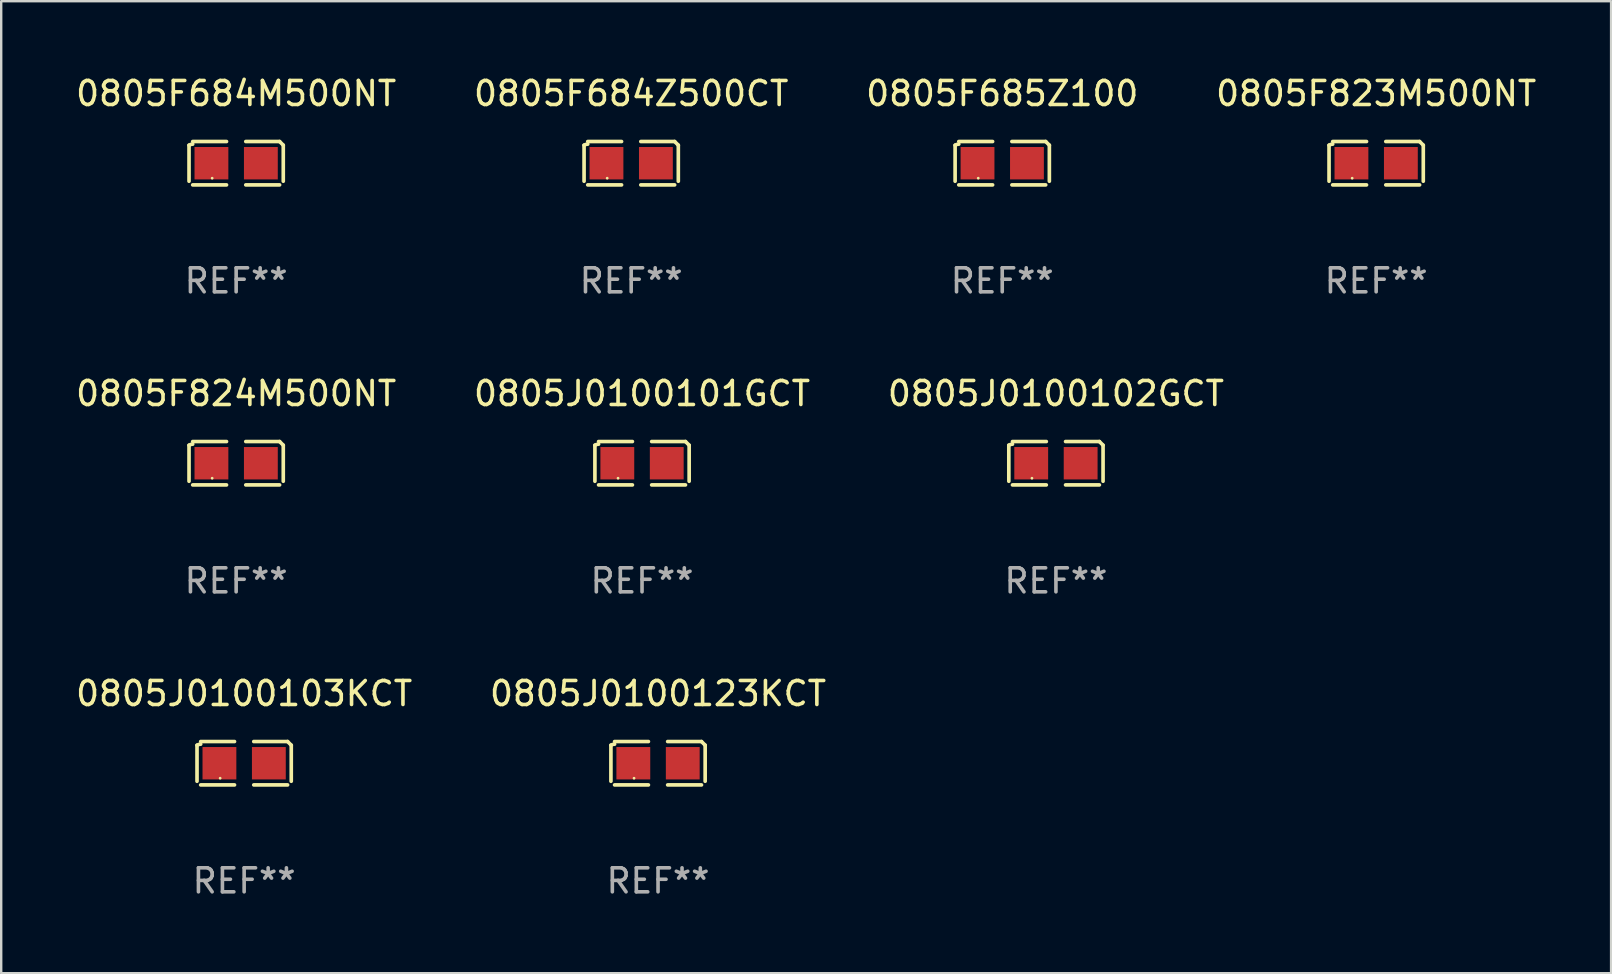
<source format=kicad_pcb>
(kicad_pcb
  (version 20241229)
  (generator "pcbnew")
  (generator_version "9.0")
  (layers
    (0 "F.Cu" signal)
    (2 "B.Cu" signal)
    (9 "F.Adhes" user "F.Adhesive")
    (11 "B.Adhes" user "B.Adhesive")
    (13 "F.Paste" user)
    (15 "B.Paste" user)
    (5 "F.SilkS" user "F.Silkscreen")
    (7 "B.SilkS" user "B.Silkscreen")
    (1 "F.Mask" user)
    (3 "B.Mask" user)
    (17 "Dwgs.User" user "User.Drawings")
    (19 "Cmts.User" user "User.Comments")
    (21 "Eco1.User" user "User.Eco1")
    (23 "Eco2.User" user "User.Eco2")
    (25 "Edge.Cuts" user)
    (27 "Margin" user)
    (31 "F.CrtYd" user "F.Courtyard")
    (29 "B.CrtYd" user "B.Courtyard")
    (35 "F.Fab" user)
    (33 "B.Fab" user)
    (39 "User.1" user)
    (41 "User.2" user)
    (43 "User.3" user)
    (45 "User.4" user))
  (footprint "0805J0100103KCT"
    (layer "F.Cu")
    (at 7.125 28.759)
    (property "Reference" "0805J0100103KCT" (at 0 -2.904 0) (layer "F.SilkS") (effects (font (size 1 1) (thickness 0.15))))
    (attr through_hole)
    (fp_line (start -1.964 0.751) (end -1.964 -0.751) (stroke (width 0.152) (type solid)) (layer "F.SilkS"))
    (fp_line (start -1.811 -0.904) (end -0.401 -0.904) (stroke (width 0.152) (type solid)) (layer "F.SilkS"))
    (fp_line (start -0.401 0.904) (end -1.811 0.904) (stroke (width 0.152) (type solid)) (layer "F.SilkS"))
    (fp_line (start 0.401 0.904) (end 1.811 0.904) (stroke (width 0.152) (type solid)) (layer "F.SilkS"))
    (fp_line (start 1.811 -0.904) (end 0.401 -0.904) (stroke (width 0.152) (type solid)) (layer "F.SilkS"))
    (fp_line (start 1.964 0.751) (end 1.964 -0.751) (stroke (width 0.152) (type solid)) (layer "F.SilkS"))
    (fp_arc (start -1.963602 -0.751207) (mid -1.890354 -0.783131) (end -1.811201 -0.794044) (stroke (width 0.1524) (type solid)) (layer "F.SilkS"))
    (fp_arc (start 1.811202 -0.903607) (mid 1.887413 -0.827418) (end 1.963602 -0.751207) (stroke (width 0.1524) (type solid)) (layer "F.SilkS"))
    (fp_circle (center -1 0.625) (end -0.97 0.625) (stroke (width 0.06) (type solid)) (fill no) (layer "F.SilkS"))
    (fp_text user "REF**" (at 0 4.904 0) (layer "F.Fab") (effects (font (size 1 1) (thickness 0.15))))
    (pad "1" smd rect (at -1.03 0) (size 1.41 1.35) (layers "F.Cu" "F.Mask" "F.Paste"))
    (pad "2" smd rect (at 1.03 0) (size 1.41 1.35) (layers "F.Cu" "F.Mask" "F.Paste")))
  (footprint "0805F684M500NT"
    (layer "F.Cu")
    (at 6.792 3.752)
    (property "Reference" "0805F684M500NT" (at 0 -2.904 0) (layer "F.SilkS") (effects (font (size 1 1) (thickness 0.15))))
    (attr through_hole)
    (fp_line (start -1.964 0.751) (end -1.964 -0.751) (stroke (width 0.152) (type solid)) (layer "F.SilkS"))
    (fp_line (start -1.811 -0.904) (end -0.401 -0.904) (stroke (width 0.152) (type solid)) (layer "F.SilkS"))
    (fp_line (start -0.401 0.904) (end -1.811 0.904) (stroke (width 0.152) (type solid)) (layer "F.SilkS"))
    (fp_line (start 0.401 0.904) (end 1.811 0.904) (stroke (width 0.152) (type solid)) (layer "F.SilkS"))
    (fp_line (start 1.811 -0.904) (end 0.401 -0.904) (stroke (width 0.152) (type solid)) (layer "F.SilkS"))
    (fp_line (start 1.964 0.751) (end 1.964 -0.751) (stroke (width 0.152) (type solid)) (layer "F.SilkS"))
    (fp_arc (start -1.963602 -0.751207) (mid -1.890354 -0.783131) (end -1.811201 -0.794044) (stroke (width 0.1524) (type solid)) (layer "F.SilkS"))
    (fp_arc (start 1.811202 -0.903607) (mid 1.887413 -0.827418) (end 1.963602 -0.751207) (stroke (width 0.1524) (type solid)) (layer "F.SilkS"))
    (fp_circle (center -1 0.625) (end -0.97 0.625) (stroke (width 0.06) (type solid)) (fill no) (layer "F.SilkS"))
    (fp_text user "REF**" (at 0 4.904 0) (layer "F.Fab") (effects (font (size 1 1) (thickness 0.15))))
    (pad "1" smd rect (at -1.03 0) (size 1.41 1.35) (layers "F.Cu" "F.Mask" "F.Paste"))
    (pad "2" smd rect (at 1.03 0) (size 1.41 1.35) (layers "F.Cu" "F.Mask" "F.Paste")))
  (footprint "0805J0100123KCT"
    (layer "F.Cu")
    (at 24.375 28.759)
    (property "Reference" "0805J0100123KCT" (at 0 -2.904 0) (layer "F.SilkS") (effects (font (size 1 1) (thickness 0.15))))
    (attr through_hole)
    (fp_line (start -1.964 0.751) (end -1.964 -0.751) (stroke (width 0.152) (type solid)) (layer "F.SilkS"))
    (fp_line (start -1.811 -0.904) (end -0.401 -0.904) (stroke (width 0.152) (type solid)) (layer "F.SilkS"))
    (fp_line (start -0.401 0.904) (end -1.811 0.904) (stroke (width 0.152) (type solid)) (layer "F.SilkS"))
    (fp_line (start 0.401 0.904) (end 1.811 0.904) (stroke (width 0.152) (type solid)) (layer "F.SilkS"))
    (fp_line (start 1.811 -0.904) (end 0.401 -0.904) (stroke (width 0.152) (type solid)) (layer "F.SilkS"))
    (fp_line (start 1.964 0.751) (end 1.964 -0.751) (stroke (width 0.152) (type solid)) (layer "F.SilkS"))
    (fp_arc (start -1.963602 -0.751207) (mid -1.890354 -0.783131) (end -1.811201 -0.794044) (stroke (width 0.1524) (type solid)) (layer "F.SilkS"))
    (fp_arc (start 1.811202 -0.903607) (mid 1.887413 -0.827418) (end 1.963602 -0.751207) (stroke (width 0.1524) (type solid)) (layer "F.SilkS"))
    (fp_circle (center -1 0.625) (end -0.97 0.625) (stroke (width 0.06) (type solid)) (fill no) (layer "F.SilkS"))
    (fp_text user "REF**" (at 0 4.904 0) (layer "F.Fab") (effects (font (size 1 1) (thickness 0.15))))
    (pad "1" smd rect (at -1.03 0) (size 1.41 1.35) (layers "F.Cu" "F.Mask" "F.Paste"))
    (pad "2" smd rect (at 1.03 0) (size 1.41 1.35) (layers "F.Cu" "F.Mask" "F.Paste")))
  (footprint "0805J0100101GCT"
    (layer "F.Cu")
    (at 23.708 16.256)
    (property "Reference" "0805J0100101GCT" (at 0 -2.904 0) (layer "F.SilkS") (effects (font (size 1 1) (thickness 0.15))))
    (attr through_hole)
    (fp_line (start -1.964 0.751) (end -1.964 -0.751) (stroke (width 0.152) (type solid)) (layer "F.SilkS"))
    (fp_line (start -1.811 -0.904) (end -0.401 -0.904) (stroke (width 0.152) (type solid)) (layer "F.SilkS"))
    (fp_line (start -0.401 0.904) (end -1.811 0.904) (stroke (width 0.152) (type solid)) (layer "F.SilkS"))
    (fp_line (start 0.401 0.904) (end 1.811 0.904) (stroke (width 0.152) (type solid)) (layer "F.SilkS"))
    (fp_line (start 1.811 -0.904) (end 0.401 -0.904) (stroke (width 0.152) (type solid)) (layer "F.SilkS"))
    (fp_line (start 1.964 0.751) (end 1.964 -0.751) (stroke (width 0.152) (type solid)) (layer "F.SilkS"))
    (fp_arc (start -1.963602 -0.751207) (mid -1.890354 -0.783131) (end -1.811201 -0.794044) (stroke (width 0.1524) (type solid)) (layer "F.SilkS"))
    (fp_arc (start 1.811202 -0.903607) (mid 1.887413 -0.827418) (end 1.963602 -0.751207) (stroke (width 0.1524) (type solid)) (layer "F.SilkS"))
    (fp_circle (center -1 0.625) (end -0.97 0.625) (stroke (width 0.06) (type solid)) (fill no) (layer "F.SilkS"))
    (fp_text user "REF**" (at 0 4.904 0) (layer "F.Fab") (effects (font (size 1 1) (thickness 0.15))))
    (pad "1" smd rect (at -1.03 0) (size 1.41 1.35) (layers "F.Cu" "F.Mask" "F.Paste"))
    (pad "2" smd rect (at 1.03 0) (size 1.41 1.35) (layers "F.Cu" "F.Mask" "F.Paste")))
  (footprint "0805F824M500NT"
    (layer "F.Cu")
    (at 6.792 16.256)
    (property "Reference" "0805F824M500NT" (at 0 -2.904 0) (layer "F.SilkS") (effects (font (size 1 1) (thickness 0.15))))
    (attr through_hole)
    (fp_line (start -1.964 0.751) (end -1.964 -0.751) (stroke (width 0.152) (type solid)) (layer "F.SilkS"))
    (fp_line (start -1.811 -0.904) (end -0.401 -0.904) (stroke (width 0.152) (type solid)) (layer "F.SilkS"))
    (fp_line (start -0.401 0.904) (end -1.811 0.904) (stroke (width 0.152) (type solid)) (layer "F.SilkS"))
    (fp_line (start 0.401 0.904) (end 1.811 0.904) (stroke (width 0.152) (type solid)) (layer "F.SilkS"))
    (fp_line (start 1.811 -0.904) (end 0.401 -0.904) (stroke (width 0.152) (type solid)) (layer "F.SilkS"))
    (fp_line (start 1.964 0.751) (end 1.964 -0.751) (stroke (width 0.152) (type solid)) (layer "F.SilkS"))
    (fp_arc (start -1.963602 -0.751207) (mid -1.890354 -0.783131) (end -1.811201 -0.794044) (stroke (width 0.1524) (type solid)) (layer "F.SilkS"))
    (fp_arc (start 1.811202 -0.903607) (mid 1.887413 -0.827418) (end 1.963602 -0.751207) (stroke (width 0.1524) (type solid)) (layer "F.SilkS"))
    (fp_circle (center -1 0.625) (end -0.97 0.625) (stroke (width 0.06) (type solid)) (fill no) (layer "F.SilkS"))
    (fp_text user "REF**" (at 0 4.904 0) (layer "F.Fab") (effects (font (size 1 1) (thickness 0.15))))
    (pad "1" smd rect (at -1.03 0) (size 1.41 1.35) (layers "F.Cu" "F.Mask" "F.Paste"))
    (pad "2" smd rect (at 1.03 0) (size 1.41 1.35) (layers "F.Cu" "F.Mask" "F.Paste")))
  (footprint "0805F685Z100"
    (layer "F.Cu")
    (at 38.72 3.752)
    (property "Reference" "0805F685Z100" (at 0 -2.904 0) (layer "F.SilkS") (effects (font (size 1 1) (thickness 0.15))))
    (attr through_hole)
    (fp_line (start -1.964 0.751) (end -1.964 -0.751) (stroke (width 0.152) (type solid)) (layer "F.SilkS"))
    (fp_line (start -1.811 -0.904) (end -0.401 -0.904) (stroke (width 0.152) (type solid)) (layer "F.SilkS"))
    (fp_line (start -0.401 0.904) (end -1.811 0.904) (stroke (width 0.152) (type solid)) (layer "F.SilkS"))
    (fp_line (start 0.401 0.904) (end 1.811 0.904) (stroke (width 0.152) (type solid)) (layer "F.SilkS"))
    (fp_line (start 1.811 -0.904) (end 0.401 -0.904) (stroke (width 0.152) (type solid)) (layer "F.SilkS"))
    (fp_line (start 1.964 0.751) (end 1.964 -0.751) (stroke (width 0.152) (type solid)) (layer "F.SilkS"))
    (fp_arc (start -1.963602 -0.751207) (mid -1.890354 -0.783131) (end -1.811201 -0.794044) (stroke (width 0.1524) (type solid)) (layer "F.SilkS"))
    (fp_arc (start 1.811202 -0.903607) (mid 1.887413 -0.827418) (end 1.963602 -0.751207) (stroke (width 0.1524) (type solid)) (layer "F.SilkS"))
    (fp_circle (center -1 0.625) (end -0.97 0.625) (stroke (width 0.06) (type solid)) (fill no) (layer "F.SilkS"))
    (fp_text user "REF**" (at 0 4.904 0) (layer "F.Fab") (effects (font (size 1 1) (thickness 0.15))))
    (pad "1" smd rect (at -1.03 0) (size 1.41 1.35) (layers "F.Cu" "F.Mask" "F.Paste"))
    (pad "2" smd rect (at 1.03 0) (size 1.41 1.35) (layers "F.Cu" "F.Mask" "F.Paste")))
  (footprint "0805J0100102GCT"
    (layer "F.Cu")
    (at 40.958 16.256)
    (property "Reference" "0805J0100102GCT" (at 0 -2.904 0) (layer "F.SilkS") (effects (font (size 1 1) (thickness 0.15))))
    (attr through_hole)
    (fp_line (start -1.964 0.751) (end -1.964 -0.751) (stroke (width 0.152) (type solid)) (layer "F.SilkS"))
    (fp_line (start -1.811 -0.904) (end -0.401 -0.904) (stroke (width 0.152) (type solid)) (layer "F.SilkS"))
    (fp_line (start -0.401 0.904) (end -1.811 0.904) (stroke (width 0.152) (type solid)) (layer "F.SilkS"))
    (fp_line (start 0.401 0.904) (end 1.811 0.904) (stroke (width 0.152) (type solid)) (layer "F.SilkS"))
    (fp_line (start 1.811 -0.904) (end 0.401 -0.904) (stroke (width 0.152) (type solid)) (layer "F.SilkS"))
    (fp_line (start 1.964 0.751) (end 1.964 -0.751) (stroke (width 0.152) (type solid)) (layer "F.SilkS"))
    (fp_arc (start -1.963602 -0.751207) (mid -1.890354 -0.783131) (end -1.811201 -0.794044) (stroke (width 0.1524) (type solid)) (layer "F.SilkS"))
    (fp_arc (start 1.811202 -0.903607) (mid 1.887413 -0.827418) (end 1.963602 -0.751207) (stroke (width 0.1524) (type solid)) (layer "F.SilkS"))
    (fp_circle (center -1 0.625) (end -0.97 0.625) (stroke (width 0.06) (type solid)) (fill no) (layer "F.SilkS"))
    (fp_text user "REF**" (at 0 4.904 0) (layer "F.Fab") (effects (font (size 1 1) (thickness 0.15))))
    (pad "1" smd rect (at -1.03 0) (size 1.41 1.35) (layers "F.Cu" "F.Mask" "F.Paste"))
    (pad "2" smd rect (at 1.03 0) (size 1.41 1.35) (layers "F.Cu" "F.Mask" "F.Paste")))
  (footprint "0805F684Z500CT"
    (layer "F.Cu")
    (at 23.256 3.752)
    (property "Reference" "0805F684Z500CT" (at 0 -2.904 0) (layer "F.SilkS") (effects (font (size 1 1) (thickness 0.15))))
    (attr through_hole)
    (fp_line (start -1.964 0.751) (end -1.964 -0.751) (stroke (width 0.152) (type solid)) (layer "F.SilkS"))
    (fp_line (start -1.811 -0.904) (end -0.401 -0.904) (stroke (width 0.152) (type solid)) (layer "F.SilkS"))
    (fp_line (start -0.401 0.904) (end -1.811 0.904) (stroke (width 0.152) (type solid)) (layer "F.SilkS"))
    (fp_line (start 0.401 0.904) (end 1.811 0.904) (stroke (width 0.152) (type solid)) (layer "F.SilkS"))
    (fp_line (start 1.811 -0.904) (end 0.401 -0.904) (stroke (width 0.152) (type solid)) (layer "F.SilkS"))
    (fp_line (start 1.964 0.751) (end 1.964 -0.751) (stroke (width 0.152) (type solid)) (layer "F.SilkS"))
    (fp_arc (start -1.963602 -0.751207) (mid -1.890354 -0.783131) (end -1.811201 -0.794044) (stroke (width 0.1524) (type solid)) (layer "F.SilkS"))
    (fp_arc (start 1.811202 -0.903607) (mid 1.887413 -0.827418) (end 1.963602 -0.751207) (stroke (width 0.1524) (type solid)) (layer "F.SilkS"))
    (fp_circle (center -1 0.625) (end -0.97 0.625) (stroke (width 0.06) (type solid)) (fill no) (layer "F.SilkS"))
    (fp_text user "REF**" (at 0 4.904 0) (layer "F.Fab") (effects (font (size 1 1) (thickness 0.15))))
    (pad "1" smd rect (at -1.03 0) (size 1.41 1.35) (layers "F.Cu" "F.Mask" "F.Paste"))
    (pad "2" smd rect (at 1.03 0) (size 1.41 1.35) (layers "F.Cu" "F.Mask" "F.Paste")))
  (footprint "0805F823M500NT"
    (layer "F.Cu")
    (at 54.304 3.752)
    (property "Reference" "0805F823M500NT" (at 0 -2.904 0) (layer "F.SilkS") (effects (font (size 1 1) (thickness 0.15))))
    (attr through_hole)
    (fp_line (start -1.964 0.751) (end -1.964 -0.751) (stroke (width 0.152) (type solid)) (layer "F.SilkS"))
    (fp_line (start -1.811 -0.904) (end -0.401 -0.904) (stroke (width 0.152) (type solid)) (layer "F.SilkS"))
    (fp_line (start -0.401 0.904) (end -1.811 0.904) (stroke (width 0.152) (type solid)) (layer "F.SilkS"))
    (fp_line (start 0.401 0.904) (end 1.811 0.904) (stroke (width 0.152) (type solid)) (layer "F.SilkS"))
    (fp_line (start 1.811 -0.904) (end 0.401 -0.904) (stroke (width 0.152) (type solid)) (layer "F.SilkS"))
    (fp_line (start 1.964 0.751) (end 1.964 -0.751) (stroke (width 0.152) (type solid)) (layer "F.SilkS"))
    (fp_arc (start -1.963602 -0.751207) (mid -1.890354 -0.783131) (end -1.811201 -0.794044) (stroke (width 0.1524) (type solid)) (layer "F.SilkS"))
    (fp_arc (start 1.811202 -0.903607) (mid 1.887413 -0.827418) (end 1.963602 -0.751207) (stroke (width 0.1524) (type solid)) (layer "F.SilkS"))
    (fp_circle (center -1 0.625) (end -0.97 0.625) (stroke (width 0.06) (type solid)) (fill no) (layer "F.SilkS"))
    (fp_text user "REF**" (at 0 4.904 0) (layer "F.Fab") (effects (font (size 1 1) (thickness 0.15))))
    (pad "1" smd rect (at -1.03 0) (size 1.41 1.35) (layers "F.Cu" "F.Mask" "F.Paste"))
    (pad "2" smd rect (at 1.03 0) (size 1.41 1.35) (layers "F.Cu" "F.Mask" "F.Paste")))
  (gr_rect
    (start -3 -3)
    (end 64.095 37.511)
    (stroke (width 0.1) (type default))
    (fill no)
    (layer "Edge.Cuts")))
</source>
